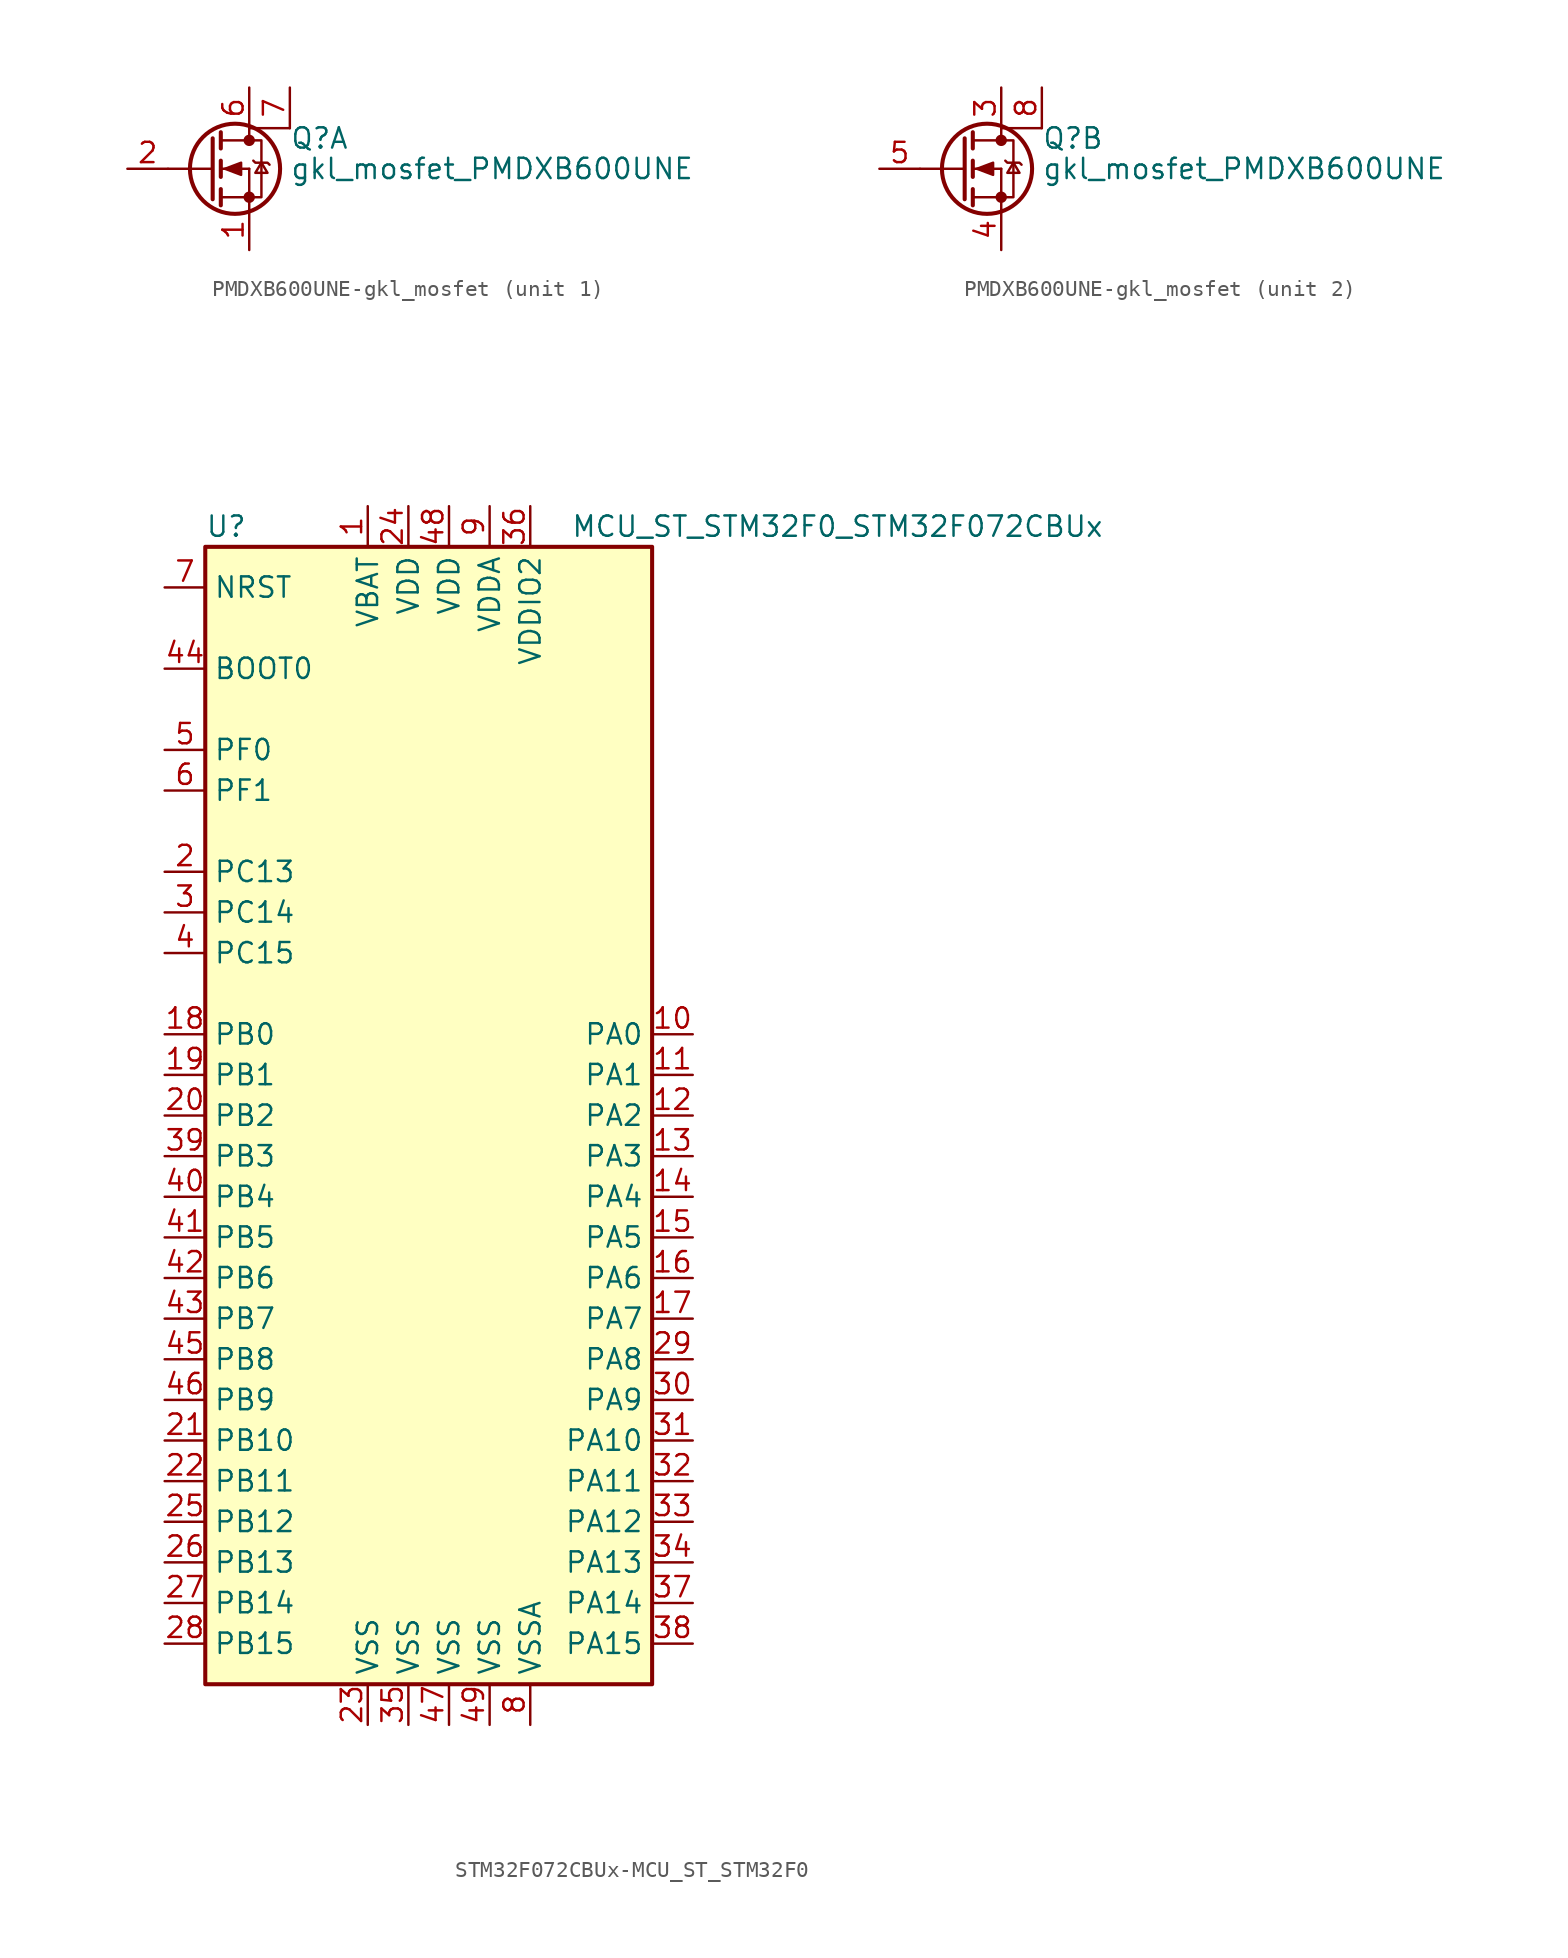
<source format=kicad_sym>
(kicad_symbol_lib
  (version 20220914)
  (generator kicad_symbol_editor)
  (symbol "PMDXB600UNE-gkl_mosfet"
    (pin_names
      (offset 0) hide)
    (property "Reference" "Q"
      (at 5.08 1.905 0)
      (effects (font (size 1.27 1.27)) (justify left)))
    (property "Value" "gkl_mosfet_PMDXB600UNE"
      (at 5.08 0 0)
      (effects (font (size 1.27 1.27)) (justify left)))
    (symbol "PMDXB600UNE-gkl_mosfet_0_1"
      (polyline (pts (xy -2.54 0) (xy 0.254 0)) (stroke (width 0) (type solid)) (fill (type none)))
      (polyline (pts (xy 0.762 -1.778) (xy 2.54 -1.778)) (stroke (width 0) (type solid)) (fill (type none)))
      (polyline (pts (xy 0.762 -1.27) (xy 0.762 -2.286)) (stroke (width 0.254) (type solid)) (fill (type none)))
      (polyline (pts (xy 0.762 0) (xy 2.54 0)) (stroke (width 0) (type solid)) (fill (type none)))
      (polyline (pts (xy 0.762 0.508) (xy 0.762 -0.508)) (stroke (width 0.254) (type solid)) (fill (type none)))
      (polyline (pts (xy 0.762 1.778) (xy 2.54 1.778)) (stroke (width 0) (type solid)) (fill (type none)))
      (polyline (pts (xy 0.762 2.286) (xy 0.762 1.27)) (stroke (width 0.254) (type solid)) (fill (type none)))
      (polyline (pts (xy 2.54 -1.778) (xy 2.54 -2.54)) (stroke (width 0) (type solid)) (fill (type none)))
      (polyline (pts (xy 2.54 -1.778) (xy 2.54 0)) (stroke (width 0) (type solid)) (fill (type none)))
      (polyline (pts (xy 2.54 2.54) (xy 2.54 1.778)) (stroke (width 0) (type solid)) (fill (type none)))
      (polyline (pts (xy 5.08 2.54) (xy 2.54 2.54)) (stroke (width 0) (type solid)) (fill (type none)))
      (polyline (pts (xy 0.254 1.905) (xy 0.254 -1.905) (xy 0.254 -1.905)) (stroke (width 0.254) (type solid)) (fill (type none)))
      (polyline (pts (xy 1.016 0) (xy 2.032 0.381) (xy 2.032 -0.381) (xy 1.016 0)) (stroke (width 0) (type solid)) (fill (type outline)))
      (polyline (pts (xy 2.54 -1.778) (xy 3.302 -1.778) (xy 3.302 1.778) (xy 2.54 1.778)) (stroke (width 0) (type solid)) (fill (type none)))
      (polyline (pts (xy 2.794 0.508) (xy 2.921 0.381) (xy 3.683 0.381) (xy 3.81 0.254)) (stroke (width 0) (type solid)) (fill (type none)))
      (polyline (pts (xy 3.302 0.381) (xy 2.921 -0.254) (xy 3.683 -0.254) (xy 3.302 0.381)) (stroke (width 0) (type solid)) (fill (type none)))
      (circle (center 1.651 0) (radius 2.819) (stroke (width 0.254) (type solid)) (fill (type none)))
      (circle (center 2.54 -1.778) (radius 0.279) (stroke (width 0) (type solid)) (fill (type outline)))
      (circle (center 2.54 1.778) (radius 0.279) (stroke (width 0) (type solid)) (fill (type outline))))
    (symbol "PMDXB600UNE-gkl_mosfet_1_1"
      (pin passive line (at 2.54 -5.08 90) (length 2.54) (name "S" (effects (font (size 1.27 1.27)))) (number "1" (effects (font (size 1.27 1.27)))))
      (pin passive line (at -5.08 0 0) (length 2.54) (name "G" (effects (font (size 1.27 1.27)))) (number "2" (effects (font (size 1.27 1.27)))))
      (pin passive line (at 2.54 5.08 270) (length 2.54) (name "D" (effects (font (size 1.27 1.27)))) (number "6" (effects (font (size 1.27 1.27)))))
      (pin passive line (at 5.08 5.08 270) (length 2.54) (name "D1" (effects (font (size 1.27 1.27)))) (number "7" (effects (font (size 1.27 1.27))))))
    (symbol "PMDXB600UNE-gkl_mosfet_2_1"
      (pin passive line (at 2.54 5.08 270) (length 2.54) (name "D" (effects (font (size 1.27 1.27)))) (number "3" (effects (font (size 1.27 1.27)))))
      (pin passive line (at 2.54 -5.08 90) (length 2.54) (name "S" (effects (font (size 1.27 1.27)))) (number "4" (effects (font (size 1.27 1.27)))))
      (pin passive line (at -5.08 0 0) (length 2.54) (name "G" (effects (font (size 1.27 1.27)))) (number "5" (effects (font (size 1.27 1.27)))))
      (pin passive line (at 5.08 5.08 270) (length 2.54) (name "D2" (effects (font (size 1.27 1.27)))) (number "8" (effects (font (size 1.27 1.27)))))))
  (symbol "STM32F072CBUx-MCU_ST_STM32F0"
    (property "Reference" "U"
      (at -15.24 36.83 0)
      (effects (font (size 1.27 1.27)) (justify left)))
    (property "Value" "MCU_ST_STM32F0_STM32F072CBUx"
      (at 7.62 36.83 0)
      (effects (font (size 1.27 1.27)) (justify left)))
    (symbol "STM32F072CBUx-MCU_ST_STM32F0_0_1"
      (rectangle (start -15.24 -35.56) (end 12.7 35.56) (stroke (width 0.254) (type solid)) (fill (type background))))
    (symbol "STM32F072CBUx-MCU_ST_STM32F0_1_1"
      (pin power_in line (at -5.08 38.1 270) (length 2.54) (name "VBAT" (effects (font (size 1.27 1.27)))) (number "1" (effects (font (size 1.27 1.27)))))
      (pin bidirectional line (at 15.24 5.08 180) (length 2.54) (name "PA0" (effects (font (size 1.27 1.27)))) (number "10" (effects (font (size 1.27 1.27)))))
      (pin bidirectional line (at 15.24 2.54 180) (length 2.54) (name "PA1" (effects (font (size 1.27 1.27)))) (number "11" (effects (font (size 1.27 1.27)))))
      (pin bidirectional line (at 15.24 0 180) (length 2.54) (name "PA2" (effects (font (size 1.27 1.27)))) (number "12" (effects (font (size 1.27 1.27)))))
      (pin bidirectional line (at 15.24 -2.54 180) (length 2.54) (name "PA3" (effects (font (size 1.27 1.27)))) (number "13" (effects (font (size 1.27 1.27)))))
      (pin bidirectional line (at 15.24 -5.08 180) (length 2.54) (name "PA4" (effects (font (size 1.27 1.27)))) (number "14" (effects (font (size 1.27 1.27)))))
      (pin bidirectional line (at 15.24 -7.62 180) (length 2.54) (name "PA5" (effects (font (size 1.27 1.27)))) (number "15" (effects (font (size 1.27 1.27)))))
      (pin bidirectional line (at 15.24 -10.16 180) (length 2.54) (name "PA6" (effects (font (size 1.27 1.27)))) (number "16" (effects (font (size 1.27 1.27)))))
      (pin bidirectional line (at 15.24 -12.7 180) (length 2.54) (name "PA7" (effects (font (size 1.27 1.27)))) (number "17" (effects (font (size 1.27 1.27)))))
      (pin bidirectional line (at -17.78 5.08 0) (length 2.54) (name "PB0" (effects (font (size 1.27 1.27)))) (number "18" (effects (font (size 1.27 1.27)))))
      (pin bidirectional line (at -17.78 2.54 0) (length 2.54) (name "PB1" (effects (font (size 1.27 1.27)))) (number "19" (effects (font (size 1.27 1.27)))))
      (pin bidirectional line (at -17.78 15.24 0) (length 2.54) (name "PC13" (effects (font (size 1.27 1.27)))) (number "2" (effects (font (size 1.27 1.27)))))
      (pin bidirectional line (at -17.78 0 0) (length 2.54) (name "PB2" (effects (font (size 1.27 1.27)))) (number "20" (effects (font (size 1.27 1.27)))))
      (pin bidirectional line (at -17.78 -20.32 0) (length 2.54) (name "PB10" (effects (font (size 1.27 1.27)))) (number "21" (effects (font (size 1.27 1.27)))))
      (pin bidirectional line (at -17.78 -22.86 0) (length 2.54) (name "PB11" (effects (font (size 1.27 1.27)))) (number "22" (effects (font (size 1.27 1.27)))))
      (pin power_in line (at -5.08 -38.1 90) (length 2.54) (name "VSS" (effects (font (size 1.27 1.27)))) (number "23" (effects (font (size 1.27 1.27)))))
      (pin power_in line (at -2.54 38.1 270) (length 2.54) (name "VDD" (effects (font (size 1.27 1.27)))) (number "24" (effects (font (size 1.27 1.27)))))
      (pin bidirectional line (at -17.78 -25.4 0) (length 2.54) (name "PB12" (effects (font (size 1.27 1.27)))) (number "25" (effects (font (size 1.27 1.27)))))
      (pin bidirectional line (at -17.78 -27.94 0) (length 2.54) (name "PB13" (effects (font (size 1.27 1.27)))) (number "26" (effects (font (size 1.27 1.27)))))
      (pin bidirectional line (at -17.78 -30.48 0) (length 2.54) (name "PB14" (effects (font (size 1.27 1.27)))) (number "27" (effects (font (size 1.27 1.27)))))
      (pin bidirectional line (at -17.78 -33.02 0) (length 2.54) (name "PB15" (effects (font (size 1.27 1.27)))) (number "28" (effects (font (size 1.27 1.27)))))
      (pin bidirectional line (at 15.24 -15.24 180) (length 2.54) (name "PA8" (effects (font (size 1.27 1.27)))) (number "29" (effects (font (size 1.27 1.27)))))
      (pin bidirectional line (at -17.78 12.7 0) (length 2.54) (name "PC14" (effects (font (size 1.27 1.27)))) (number "3" (effects (font (size 1.27 1.27)))))
      (pin bidirectional line (at 15.24 -17.78 180) (length 2.54) (name "PA9" (effects (font (size 1.27 1.27)))) (number "30" (effects (font (size 1.27 1.27)))))
      (pin bidirectional line (at 15.24 -20.32 180) (length 2.54) (name "PA10" (effects (font (size 1.27 1.27)))) (number "31" (effects (font (size 1.27 1.27)))))
      (pin bidirectional line (at 15.24 -22.86 180) (length 2.54) (name "PA11" (effects (font (size 1.27 1.27)))) (number "32" (effects (font (size 1.27 1.27)))))
      (pin bidirectional line (at 15.24 -25.4 180) (length 2.54) (name "PA12" (effects (font (size 1.27 1.27)))) (number "33" (effects (font (size 1.27 1.27)))))
      (pin bidirectional line (at 15.24 -27.94 180) (length 2.54) (name "PA13" (effects (font (size 1.27 1.27)))) (number "34" (effects (font (size 1.27 1.27)))))
      (pin power_in line (at -2.54 -38.1 90) (length 2.54) (name "VSS" (effects (font (size 1.27 1.27)))) (number "35" (effects (font (size 1.27 1.27)))))
      (pin power_in line (at 5.08 38.1 270) (length 2.54) (name "VDDIO2" (effects (font (size 1.27 1.27)))) (number "36" (effects (font (size 1.27 1.27)))))
      (pin bidirectional line (at 15.24 -30.48 180) (length 2.54) (name "PA14" (effects (font (size 1.27 1.27)))) (number "37" (effects (font (size 1.27 1.27)))))
      (pin bidirectional line (at 15.24 -33.02 180) (length 2.54) (name "PA15" (effects (font (size 1.27 1.27)))) (number "38" (effects (font (size 1.27 1.27)))))
      (pin bidirectional line (at -17.78 -2.54 0) (length 2.54) (name "PB3" (effects (font (size 1.27 1.27)))) (number "39" (effects (font (size 1.27 1.27)))))
      (pin bidirectional line (at -17.78 10.16 0) (length 2.54) (name "PC15" (effects (font (size 1.27 1.27)))) (number "4" (effects (font (size 1.27 1.27)))))
      (pin bidirectional line (at -17.78 -5.08 0) (length 2.54) (name "PB4" (effects (font (size 1.27 1.27)))) (number "40" (effects (font (size 1.27 1.27)))))
      (pin bidirectional line (at -17.78 -7.62 0) (length 2.54) (name "PB5" (effects (font (size 1.27 1.27)))) (number "41" (effects (font (size 1.27 1.27)))))
      (pin bidirectional line (at -17.78 -10.16 0) (length 2.54) (name "PB6" (effects (font (size 1.27 1.27)))) (number "42" (effects (font (size 1.27 1.27)))))
      (pin bidirectional line (at -17.78 -12.7 0) (length 2.54) (name "PB7" (effects (font (size 1.27 1.27)))) (number "43" (effects (font (size 1.27 1.27)))))
      (pin input line (at -17.78 27.94 0) (length 2.54) (name "BOOT0" (effects (font (size 1.27 1.27)))) (number "44" (effects (font (size 1.27 1.27)))))
      (pin bidirectional line (at -17.78 -15.24 0) (length 2.54) (name "PB8" (effects (font (size 1.27 1.27)))) (number "45" (effects (font (size 1.27 1.27)))))
      (pin bidirectional line (at -17.78 -17.78 0) (length 2.54) (name "PB9" (effects (font (size 1.27 1.27)))) (number "46" (effects (font (size 1.27 1.27)))))
      (pin power_in line (at 0 -38.1 90) (length 2.54) (name "VSS" (effects (font (size 1.27 1.27)))) (number "47" (effects (font (size 1.27 1.27)))))
      (pin power_in line (at 0 38.1 270) (length 2.54) (name "VDD" (effects (font (size 1.27 1.27)))) (number "48" (effects (font (size 1.27 1.27)))))
      (pin power_in line (at 2.54 -38.1 90) (length 2.54) (name "VSS" (effects (font (size 1.27 1.27)))) (number "49" (effects (font (size 1.27 1.27)))))
      (pin input line (at -17.78 22.86 0) (length 2.54) (name "PF0" (effects (font (size 1.27 1.27)))) (number "5" (effects (font (size 1.27 1.27)))))
      (pin input line (at -17.78 20.32 0) (length 2.54) (name "PF1" (effects (font (size 1.27 1.27)))) (number "6" (effects (font (size 1.27 1.27)))))
      (pin input line (at -17.78 33.02 0) (length 2.54) (name "NRST" (effects (font (size 1.27 1.27)))) (number "7" (effects (font (size 1.27 1.27)))))
      (pin power_in line (at 5.08 -38.1 90) (length 2.54) (name "VSSA" (effects (font (size 1.27 1.27)))) (number "8" (effects (font (size 1.27 1.27)))))
      (pin power_in line (at 2.54 38.1 270) (length 2.54) (name "VDDA" (effects (font (size 1.27 1.27)))) (number "9" (effects (font (size 1.27 1.27))))))))
</source>
